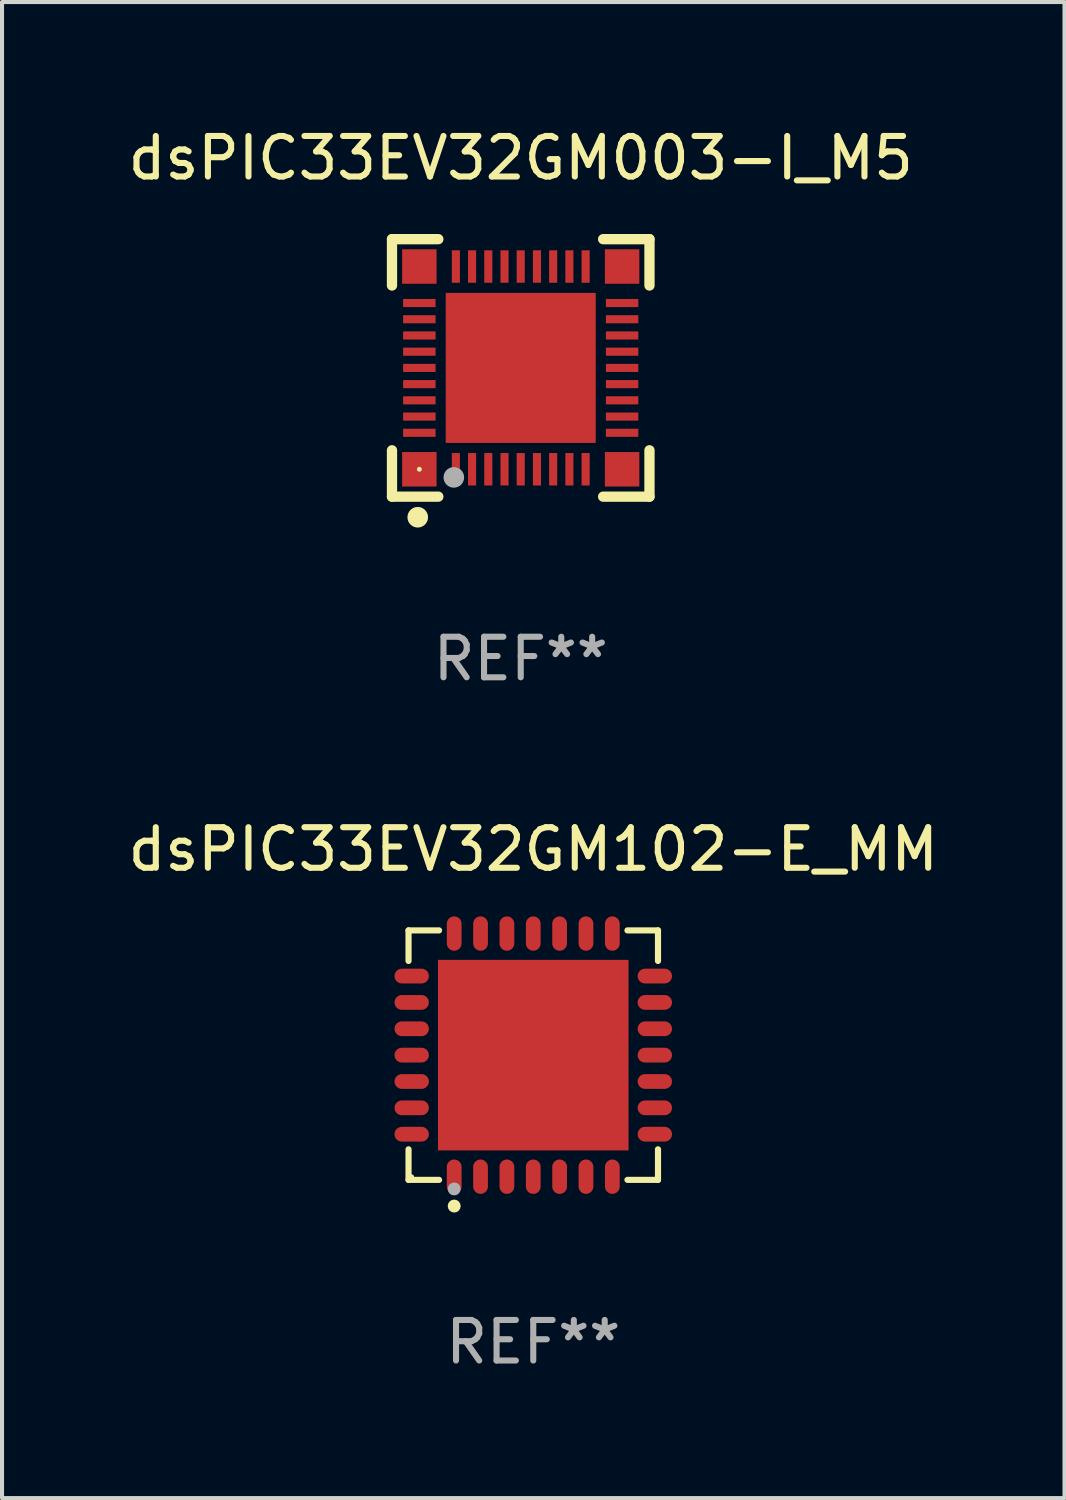
<source format=kicad_pcb>
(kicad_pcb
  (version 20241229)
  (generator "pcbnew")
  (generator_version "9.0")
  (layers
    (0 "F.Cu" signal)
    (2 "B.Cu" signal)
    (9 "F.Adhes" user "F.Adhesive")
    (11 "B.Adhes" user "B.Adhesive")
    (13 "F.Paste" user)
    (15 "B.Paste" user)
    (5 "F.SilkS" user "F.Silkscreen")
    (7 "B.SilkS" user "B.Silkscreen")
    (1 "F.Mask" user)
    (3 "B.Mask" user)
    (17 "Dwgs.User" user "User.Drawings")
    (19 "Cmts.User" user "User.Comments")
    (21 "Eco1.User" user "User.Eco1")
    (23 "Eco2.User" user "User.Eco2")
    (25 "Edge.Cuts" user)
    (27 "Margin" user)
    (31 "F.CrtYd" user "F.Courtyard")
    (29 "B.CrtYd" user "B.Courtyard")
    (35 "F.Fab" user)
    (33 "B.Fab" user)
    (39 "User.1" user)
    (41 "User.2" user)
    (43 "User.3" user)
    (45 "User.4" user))
  (footprint "dsPIC33EV32GM102-E_MM"
    (layer "F.Cu")
    (at 10.101 22.971)
    (property "Reference" "dsPIC33EV32GM102-E_MM" (at 0 -5.076 0) (layer "F.SilkS") (effects (font (size 1 1) (thickness 0.15))))
    (attr through_hole)
    (fp_line (start -3.076 -3.076) (end -2.323 -3.076) (stroke (width 0.152) (type solid)) (layer "F.SilkS"))
    (fp_line (start -3.076 -2.323) (end -3.076 -3.076) (stroke (width 0.152) (type solid)) (layer "F.SilkS"))
    (fp_line (start -3.076 2.323) (end -3.076 3.076) (stroke (width 0.152) (type solid)) (layer "F.SilkS"))
    (fp_line (start -3.076 3.076) (end -2.323 3.076) (stroke (width 0.152) (type solid)) (layer "F.SilkS"))
    (fp_line (start 3.076 -3.076) (end 2.323 -3.076) (stroke (width 0.152) (type solid)) (layer "F.SilkS"))
    (fp_line (start 3.076 -2.323) (end 3.076 -3.076) (stroke (width 0.152) (type solid)) (layer "F.SilkS"))
    (fp_line (start 3.076 2.323) (end 3.076 3.076) (stroke (width 0.152) (type solid)) (layer "F.SilkS"))
    (fp_line (start 3.076 3.076) (end 2.323 3.076) (stroke (width 0.152) (type solid)) (layer "F.SilkS"))
    (fp_circle (center -3 3) (end -2.97 3) (stroke (width 0.06) (type solid)) (fill no) (layer "F.SilkS"))
    (fp_circle (center -1.95 3.722) (end -1.87 3.722) (stroke (width 0.16) (type solid)) (fill no) (layer "F.SilkS"))
    (fp_circle (center -1.95 3.3) (end -1.87 3.3) (stroke (width 0.16) (type solid)) (fill no) (layer "F.Fab"))
    (fp_text user "REF**" (at 0 7.076 0) (layer "F.Fab") (effects (font (size 1 1) (thickness 0.15))))
    (pad "1" smd oval (at -1.95 2.998) (size 0.364 0.847) (layers "F.Cu" "F.Mask" "F.Paste"))
    (pad "2" smd oval (at -1.3 2.998) (size 0.364 0.847) (layers "F.Cu" "F.Mask" "F.Paste"))
    (pad "3" smd oval (at -0.65 2.998) (size 0.364 0.847) (layers "F.Cu" "F.Mask" "F.Paste"))
    (pad "4" smd oval (at 0 2.998) (size 0.364 0.847) (layers "F.Cu" "F.Mask" "F.Paste"))
    (pad "5" smd oval (at 0.65 2.998) (size 0.364 0.847) (layers "F.Cu" "F.Mask" "F.Paste"))
    (pad "6" smd oval (at 1.3 2.998) (size 0.364 0.847) (layers "F.Cu" "F.Mask" "F.Paste"))
    (pad "7" smd oval (at 1.95 2.998) (size 0.364 0.847) (layers "F.Cu" "F.Mask" "F.Paste"))
    (pad "8" smd oval (at 2.998 1.95) (size 0.847 0.364) (layers "F.Cu" "F.Mask" "F.Paste"))
    (pad "9" smd oval (at 2.998 1.3) (size 0.847 0.364) (layers "F.Cu" "F.Mask" "F.Paste"))
    (pad "10" smd oval (at 2.998 0.65) (size 0.847 0.364) (layers "F.Cu" "F.Mask" "F.Paste"))
    (pad "11" smd oval (at 2.998 0) (size 0.847 0.364) (layers "F.Cu" "F.Mask" "F.Paste"))
    (pad "12" smd oval (at 2.998 -0.65) (size 0.847 0.364) (layers "F.Cu" "F.Mask" "F.Paste"))
    (pad "13" smd oval (at 2.998 -1.3) (size 0.847 0.364) (layers "F.Cu" "F.Mask" "F.Paste"))
    (pad "14" smd oval (at 2.998 -1.95) (size 0.847 0.364) (layers "F.Cu" "F.Mask" "F.Paste"))
    (pad "15" smd oval (at 1.95 -2.998) (size 0.364 0.847) (layers "F.Cu" "F.Mask" "F.Paste"))
    (pad "16" smd oval (at 1.3 -2.998) (size 0.364 0.847) (layers "F.Cu" "F.Mask" "F.Paste"))
    (pad "17" smd oval (at 0.65 -2.998) (size 0.364 0.847) (layers "F.Cu" "F.Mask" "F.Paste"))
    (pad "18" smd oval (at 0 -2.998) (size 0.364 0.847) (layers "F.Cu" "F.Mask" "F.Paste"))
    (pad "19" smd oval (at -0.65 -2.998) (size 0.364 0.847) (layers "F.Cu" "F.Mask" "F.Paste"))
    (pad "20" smd oval (at -1.3 -2.998) (size 0.364 0.847) (layers "F.Cu" "F.Mask" "F.Paste"))
    (pad "21" smd oval (at -1.95 -2.998) (size 0.364 0.847) (layers "F.Cu" "F.Mask" "F.Paste"))
    (pad "22" smd oval (at -2.998 -1.95) (size 0.847 0.364) (layers "F.Cu" "F.Mask" "F.Paste"))
    (pad "23" smd oval (at -2.998 -1.3) (size 0.847 0.364) (layers "F.Cu" "F.Mask" "F.Paste"))
    (pad "24" smd oval (at -2.998 -0.65) (size 0.847 0.364) (layers "F.Cu" "F.Mask" "F.Paste"))
    (pad "25" smd oval (at -2.998 0) (size 0.847 0.364) (layers "F.Cu" "F.Mask" "F.Paste"))
    (pad "26" smd oval (at -2.998 0.65) (size 0.847 0.364) (layers "F.Cu" "F.Mask" "F.Paste"))
    (pad "27" smd oval (at -2.998 1.3) (size 0.847 0.364) (layers "F.Cu" "F.Mask" "F.Paste"))
    (pad "28" smd oval (at -2.998 1.95) (size 0.847 0.364) (layers "F.Cu" "F.Mask" "F.Paste"))
    (pad "29" smd rect (at 0 0) (size 4.7 4.7) (layers "F.Cu" "F.Mask" "F.Paste")))
  (footprint "dsPIC33EV32GM003-I_M5"
    (layer "F.Cu")
    (at 9.792 6.023)
    (property "Reference" "dsPIC33EV32GM003-I_M5" (at 0 -5.175 0) (layer "F.SilkS") (effects (font (size 1 1) (thickness 0.15))))
    (attr through_hole)
    (fp_line (start -3.175 -3.175) (end -2.032 -3.175) (stroke (width 0.254) (type solid)) (layer "F.SilkS"))
    (fp_line (start -3.175 -2.032) (end -3.175 -3.175) (stroke (width 0.254) (type solid)) (layer "F.SilkS"))
    (fp_line (start -3.175 3.175) (end -3.175 2.032) (stroke (width 0.254) (type solid)) (layer "F.SilkS"))
    (fp_line (start -2.032 3.175) (end -3.175 3.175) (stroke (width 0.254) (type solid)) (layer "F.SilkS"))
    (fp_line (start 2.032 -3.175) (end 3.175 -3.175) (stroke (width 0.254) (type solid)) (layer "F.SilkS"))
    (fp_line (start 3.175 -3.175) (end 3.175 -2.032) (stroke (width 0.254) (type solid)) (layer "F.SilkS"))
    (fp_line (start 3.175 2.032) (end 3.175 3.175) (stroke (width 0.254) (type solid)) (layer "F.SilkS"))
    (fp_line (start 3.175 3.175) (end 2.032 3.175) (stroke (width 0.254) (type solid)) (layer "F.SilkS"))
    (fp_circle (center -2.54 3.683) (end -2.413 3.683) (stroke (width 0.254) (type solid)) (fill no) (layer "F.SilkS"))
    (fp_circle (center -2.5 2.5) (end -2.47 2.5) (stroke (width 0.06) (type solid)) (fill no) (layer "F.SilkS"))
    (fp_circle (center -1.65 2.7) (end -1.523 2.7) (stroke (width 0.254) (type solid)) (fill no) (layer "F.Fab"))
    (fp_text user "REF**" (at 0 7.175 0) (layer "F.Fab") (effects (font (size 1 1) (thickness 0.15))))
    (pad "1" smd rect (at -1.6 2.5) (size 0.2 0.8) (layers "F.Cu" "F.Mask" "F.Paste"))
    (pad "2" smd rect (at -1.2 2.5) (size 0.2 0.8) (layers "F.Cu" "F.Mask" "F.Paste"))
    (pad "3" smd rect (at -0.8 2.5) (size 0.2 0.8) (layers "F.Cu" "F.Mask" "F.Paste"))
    (pad "4" smd rect (at -0.4 2.5) (size 0.2 0.8) (layers "F.Cu" "F.Mask" "F.Paste"))
    (pad "5" smd rect (at -0.000051 2.5) (size 0.2 0.8) (layers "F.Cu" "F.Mask" "F.Paste"))
    (pad "6" smd rect (at 0.4 2.5) (size 0.2 0.8) (layers "F.Cu" "F.Mask" "F.Paste"))
    (pad "7" smd rect (at 0.8 2.5) (size 0.2 0.8) (layers "F.Cu" "F.Mask" "F.Paste"))
    (pad "8" smd rect (at 1.2 2.5) (size 0.2 0.8) (layers "F.Cu" "F.Mask" "F.Paste"))
    (pad "9" smd rect (at 1.6 2.5) (size 0.2 0.8) (layers "F.Cu" "F.Mask" "F.Paste"))
    (pad "10" smd rect (at 2.5 1.6 90) (size 0.2 0.8) (layers "F.Cu" "F.Mask" "F.Paste"))
    (pad "11" smd rect (at 2.5 1.2 90) (size 0.2 0.8) (layers "F.Cu" "F.Mask" "F.Paste"))
    (pad "12" smd rect (at 2.5 0.8 90) (size 0.2 0.8) (layers "F.Cu" "F.Mask" "F.Paste"))
    (pad "13" smd rect (at 2.5 0.4 90) (size 0.2 0.8) (layers "F.Cu" "F.Mask" "F.Paste"))
    (pad "14" smd rect (at 2.5 -0.000051 90) (size 0.2 0.8) (layers "F.Cu" "F.Mask" "F.Paste"))
    (pad "15" smd rect (at 2.5 -0.4 90) (size 0.2 0.8) (layers "F.Cu" "F.Mask" "F.Paste"))
    (pad "16" smd rect (at 2.5 -0.8 90) (size 0.2 0.8) (layers "F.Cu" "F.Mask" "F.Paste"))
    (pad "17" smd rect (at 2.5 -1.2 90) (size 0.2 0.8) (layers "F.Cu" "F.Mask" "F.Paste"))
    (pad "18" smd rect (at 2.5 -1.6 90) (size 0.2 0.8) (layers "F.Cu" "F.Mask" "F.Paste"))
    (pad "19" smd rect (at 1.6 -2.5 180) (size 0.2 0.8) (layers "F.Cu" "F.Mask" "F.Paste"))
    (pad "20" smd rect (at 1.2 -2.5 180) (size 0.2 0.8) (layers "F.Cu" "F.Mask" "F.Paste"))
    (pad "21" smd rect (at 0.8 -2.5 180) (size 0.2 0.8) (layers "F.Cu" "F.Mask" "F.Paste"))
    (pad "22" smd rect (at 0.4 -2.5 180) (size 0.2 0.8) (layers "F.Cu" "F.Mask" "F.Paste"))
    (pad "23" smd rect (at -0.000051 -2.5 180) (size 0.2 0.8) (layers "F.Cu" "F.Mask" "F.Paste"))
    (pad "24" smd rect (at -0.4 -2.5 180) (size 0.2 0.8) (layers "F.Cu" "F.Mask" "F.Paste"))
    (pad "25" smd rect (at -0.8 -2.5 180) (size 0.2 0.8) (layers "F.Cu" "F.Mask" "F.Paste"))
    (pad "26" smd rect (at -1.2 -2.5 180) (size 0.2 0.8) (layers "F.Cu" "F.Mask" "F.Paste"))
    (pad "27" smd rect (at -1.6 -2.5 180) (size 0.2 0.8) (layers "F.Cu" "F.Mask" "F.Paste"))
    (pad "28" smd rect (at -2.5 -1.6 270) (size 0.2 0.8) (layers "F.Cu" "F.Mask" "F.Paste"))
    (pad "29" smd rect (at -2.5 -1.2 270) (size 0.2 0.8) (layers "F.Cu" "F.Mask" "F.Paste"))
    (pad "30" smd rect (at -2.5 -0.8 270) (size 0.2 0.8) (layers "F.Cu" "F.Mask" "F.Paste"))
    (pad "31" smd rect (at -2.5 -0.4 270) (size 0.2 0.8) (layers "F.Cu" "F.Mask" "F.Paste"))
    (pad "32" smd rect (at -2.5 -0.000051 270) (size 0.2 0.8) (layers "F.Cu" "F.Mask" "F.Paste"))
    (pad "33" smd rect (at -2.5 0.4 270) (size 0.2 0.8) (layers "F.Cu" "F.Mask" "F.Paste"))
    (pad "34" smd rect (at -2.5 0.8 270) (size 0.2 0.8) (layers "F.Cu" "F.Mask" "F.Paste"))
    (pad "35" smd rect (at -2.5 1.2 270) (size 0.2 0.8) (layers "F.Cu" "F.Mask" "F.Paste"))
    (pad "36" smd rect (at -2.5 1.6 270) (size 0.2 0.8) (layers "F.Cu" "F.Mask" "F.Paste"))
    (pad "37" smd rect (at -2.5 -2.5) (size 0.85 0.85) (layers "F.Cu" "F.Mask" "F.Paste"))
    (pad "37" smd rect (at -2.5 2.5) (size 0.85 0.85) (layers "F.Cu" "F.Mask" "F.Paste"))
    (pad "37" smd rect (at -0.000051 -0.000051) (size 3.7 3.7) (layers "F.Cu" "F.Mask" "F.Paste"))
    (pad "37" smd rect (at 2.5 -2.5) (size 0.85 0.85) (layers "F.Cu" "F.Mask" "F.Paste"))
    (pad "37" smd rect (at 2.5 2.5) (size 0.85 0.85) (layers "F.Cu" "F.Mask" "F.Paste")))
  (gr_rect
    (start -3 -3)
    (end 23.202 33.895)
    (stroke (width 0.1) (type default))
    (fill no)
    (layer "Edge.Cuts")))
</source>
